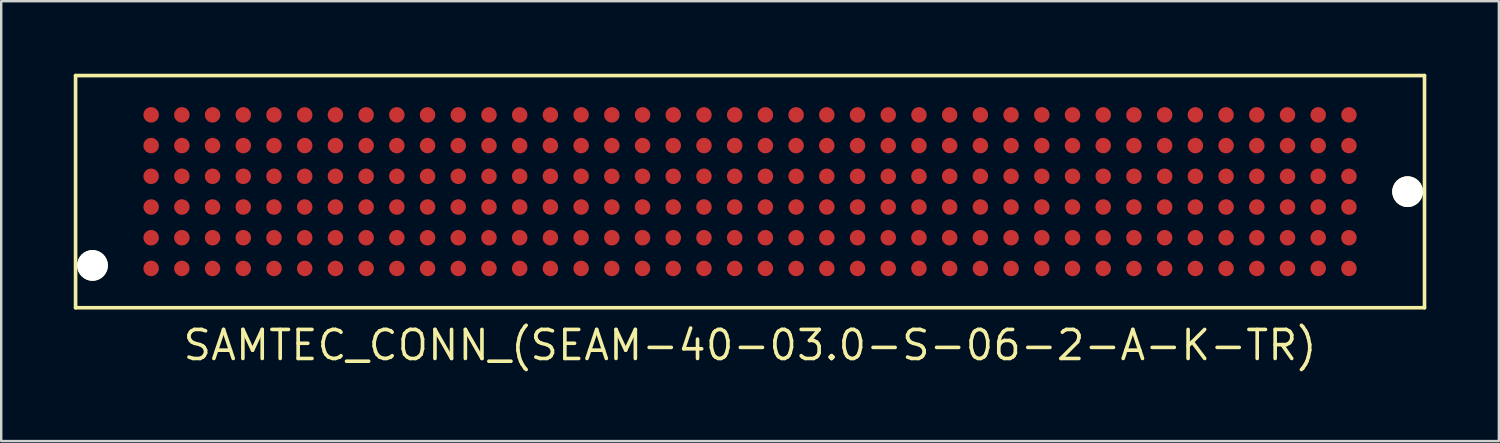
<source format=kicad_pcb>
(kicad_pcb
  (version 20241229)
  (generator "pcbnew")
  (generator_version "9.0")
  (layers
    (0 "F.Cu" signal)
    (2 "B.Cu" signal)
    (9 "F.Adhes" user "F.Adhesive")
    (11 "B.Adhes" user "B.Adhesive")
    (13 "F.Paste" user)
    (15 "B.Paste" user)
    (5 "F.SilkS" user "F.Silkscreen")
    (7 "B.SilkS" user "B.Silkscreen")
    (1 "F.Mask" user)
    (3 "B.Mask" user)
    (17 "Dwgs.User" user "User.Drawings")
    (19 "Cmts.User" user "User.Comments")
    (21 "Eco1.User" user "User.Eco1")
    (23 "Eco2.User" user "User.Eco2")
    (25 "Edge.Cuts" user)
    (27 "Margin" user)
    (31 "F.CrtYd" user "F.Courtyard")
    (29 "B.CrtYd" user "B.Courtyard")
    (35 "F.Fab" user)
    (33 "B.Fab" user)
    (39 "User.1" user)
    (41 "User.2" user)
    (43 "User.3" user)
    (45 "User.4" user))
  (footprint "SAMTEC_CONN_(SEAM-40-03.0-S-06-2-A-K-TR)"
    (layer "F.Cu")
    (at 27.965 4.875)
    (property "Reference" "SAMTEC_CONN_(SEAM-40-03.0-S-06-2-A-K-TR)" (at 0 6.35 0) (layer "F.SilkS") (effects (font (size 1.2 1.2) (thickness 0.15))))
    (attr through_hole)
    (fp_line (start -27.89 -4.8) (end -27.89 4.8) (stroke (width 0.15) (type solid)) (layer "F.SilkS"))
    (fp_line (start -27.89 4.8) (end 27.89 4.8) (stroke (width 0.15) (type solid)) (layer "F.SilkS"))
    (fp_line (start 27.89 -4.8) (end -27.89 -4.8) (stroke (width 0.15) (type solid)) (layer "F.SilkS"))
    (fp_line (start 27.89 4.8) (end 27.89 -4.8) (stroke (width 0.15) (type solid)) (layer "F.SilkS"))
    (pad "" np_thru_hole circle (at -27.19 3.05) (size 1.27 1.27) (drill 1.27) (layers "*.Cu" "*.Mask" "F.SilkS"))
    (pad "" np_thru_hole circle (at 27.19 0) (size 1.27 1.27) (drill 1.27) (layers "*.Cu" "*.Mask" "F.SilkS"))
    (pad "1" smd circle (at 24.765 -3.175) (size 0.64 0.64) (layers "F.Cu" "F.Mask" "F.Paste"))
    (pad "2" smd circle (at 24.765 -1.905) (size 0.64 0.64) (layers "F.Cu" "F.Mask" "F.Paste"))
    (pad "3" smd circle (at 24.765 -0.635) (size 0.64 0.64) (layers "F.Cu" "F.Mask" "F.Paste"))
    (pad "4" smd circle (at 24.765 0.635) (size 0.64 0.64) (layers "F.Cu" "F.Mask" "F.Paste"))
    (pad "5" smd circle (at 24.765 1.905) (size 0.64 0.64) (layers "F.Cu" "F.Mask" "F.Paste"))
    (pad "6" smd circle (at 24.765 3.175) (size 0.64 0.64) (layers "F.Cu" "F.Mask" "F.Paste"))
    (pad "7" smd circle (at 23.495 -3.175) (size 0.64 0.64) (layers "F.Cu" "F.Mask" "F.Paste"))
    (pad "8" smd circle (at 23.495 -1.905) (size 0.64 0.64) (layers "F.Cu" "F.Mask" "F.Paste"))
    (pad "9" smd circle (at 23.495 -0.635) (size 0.64 0.64) (layers "F.Cu" "F.Mask" "F.Paste"))
    (pad "10" smd circle (at 23.495 0.635) (size 0.64 0.64) (layers "F.Cu" "F.Mask" "F.Paste"))
    (pad "11" smd circle (at 23.495 1.905) (size 0.64 0.64) (layers "F.Cu" "F.Mask" "F.Paste"))
    (pad "12" smd circle (at 23.495 3.175) (size 0.64 0.64) (layers "F.Cu" "F.Mask" "F.Paste"))
    (pad "13" smd circle (at 22.225 -3.175) (size 0.64 0.64) (layers "F.Cu" "F.Mask" "F.Paste"))
    (pad "14" smd circle (at 22.225 -1.905) (size 0.64 0.64) (layers "F.Cu" "F.Mask" "F.Paste"))
    (pad "15" smd circle (at 22.225 -0.635) (size 0.64 0.64) (layers "F.Cu" "F.Mask" "F.Paste"))
    (pad "16" smd circle (at 22.225 0.635) (size 0.64 0.64) (layers "F.Cu" "F.Mask" "F.Paste"))
    (pad "17" smd circle (at 22.225 1.905) (size 0.64 0.64) (layers "F.Cu" "F.Mask" "F.Paste"))
    (pad "18" smd circle (at 22.225 3.175) (size 0.64 0.64) (layers "F.Cu" "F.Mask" "F.Paste"))
    (pad "19" smd circle (at 20.955 -3.175) (size 0.64 0.64) (layers "F.Cu" "F.Mask" "F.Paste"))
    (pad "20" smd circle (at 20.955 -1.905) (size 0.64 0.64) (layers "F.Cu" "F.Mask" "F.Paste"))
    (pad "21" smd circle (at 20.955 -0.635) (size 0.64 0.64) (layers "F.Cu" "F.Mask" "F.Paste"))
    (pad "22" smd circle (at 20.955 0.635) (size 0.64 0.64) (layers "F.Cu" "F.Mask" "F.Paste"))
    (pad "23" smd circle (at 20.955 1.905) (size 0.64 0.64) (layers "F.Cu" "F.Mask" "F.Paste"))
    (pad "24" smd circle (at 20.955 3.175) (size 0.64 0.64) (layers "F.Cu" "F.Mask" "F.Paste"))
    (pad "25" smd circle (at 19.685 -3.175) (size 0.64 0.64) (layers "F.Cu" "F.Mask" "F.Paste"))
    (pad "26" smd circle (at 19.685 -1.905) (size 0.64 0.64) (layers "F.Cu" "F.Mask" "F.Paste"))
    (pad "27" smd circle (at 19.685 -0.635) (size 0.64 0.64) (layers "F.Cu" "F.Mask" "F.Paste"))
    (pad "28" smd circle (at 19.685 0.635) (size 0.64 0.64) (layers "F.Cu" "F.Mask" "F.Paste"))
    (pad "29" smd circle (at 19.685 1.905) (size 0.64 0.64) (layers "F.Cu" "F.Mask" "F.Paste"))
    (pad "30" smd circle (at 19.685 3.175) (size 0.64 0.64) (layers "F.Cu" "F.Mask" "F.Paste"))
    (pad "31" smd circle (at 18.415 -3.175) (size 0.64 0.64) (layers "F.Cu" "F.Mask" "F.Paste"))
    (pad "32" smd circle (at 18.415 -1.905) (size 0.64 0.64) (layers "F.Cu" "F.Mask" "F.Paste"))
    (pad "33" smd circle (at 18.415 -0.635) (size 0.64 0.64) (layers "F.Cu" "F.Mask" "F.Paste"))
    (pad "34" smd circle (at 18.415 0.635) (size 0.64 0.64) (layers "F.Cu" "F.Mask" "F.Paste"))
    (pad "35" smd circle (at 18.415 1.905) (size 0.64 0.64) (layers "F.Cu" "F.Mask" "F.Paste"))
    (pad "36" smd circle (at 18.415 3.175) (size 0.64 0.64) (layers "F.Cu" "F.Mask" "F.Paste"))
    (pad "37" smd circle (at 17.145 -3.175) (size 0.64 0.64) (layers "F.Cu" "F.Mask" "F.Paste"))
    (pad "38" smd circle (at 17.145 -1.905) (size 0.64 0.64) (layers "F.Cu" "F.Mask" "F.Paste"))
    (pad "39" smd circle (at 17.145 -0.635) (size 0.64 0.64) (layers "F.Cu" "F.Mask" "F.Paste"))
    (pad "40" smd circle (at 17.145 0.635) (size 0.64 0.64) (layers "F.Cu" "F.Mask" "F.Paste"))
    (pad "41" smd circle (at 17.145 1.905) (size 0.64 0.64) (layers "F.Cu" "F.Mask" "F.Paste"))
    (pad "42" smd circle (at 17.145 3.175) (size 0.64 0.64) (layers "F.Cu" "F.Mask" "F.Paste"))
    (pad "43" smd circle (at 15.875 -3.175) (size 0.64 0.64) (layers "F.Cu" "F.Mask" "F.Paste"))
    (pad "44" smd circle (at 15.875 -1.905) (size 0.64 0.64) (layers "F.Cu" "F.Mask" "F.Paste"))
    (pad "45" smd circle (at 15.875 -0.635) (size 0.64 0.64) (layers "F.Cu" "F.Mask" "F.Paste"))
    (pad "46" smd circle (at 15.875 0.635) (size 0.64 0.64) (layers "F.Cu" "F.Mask" "F.Paste"))
    (pad "47" smd circle (at 15.875 1.905) (size 0.64 0.64) (layers "F.Cu" "F.Mask" "F.Paste"))
    (pad "48" smd circle (at 15.875 3.175) (size 0.64 0.64) (layers "F.Cu" "F.Mask" "F.Paste"))
    (pad "49" smd circle (at 14.605 -3.175) (size 0.64 0.64) (layers "F.Cu" "F.Mask" "F.Paste"))
    (pad "50" smd circle (at 14.605 -1.905) (size 0.64 0.64) (layers "F.Cu" "F.Mask" "F.Paste"))
    (pad "51" smd circle (at 14.605 -0.635) (size 0.64 0.64) (layers "F.Cu" "F.Mask" "F.Paste"))
    (pad "52" smd circle (at 14.605 0.635) (size 0.64 0.64) (layers "F.Cu" "F.Mask" "F.Paste"))
    (pad "53" smd circle (at 14.605 1.905) (size 0.64 0.64) (layers "F.Cu" "F.Mask" "F.Paste"))
    (pad "54" smd circle (at 14.605 3.175) (size 0.64 0.64) (layers "F.Cu" "F.Mask" "F.Paste"))
    (pad "55" smd circle (at 13.335 -3.175) (size 0.64 0.64) (layers "F.Cu" "F.Mask" "F.Paste"))
    (pad "56" smd circle (at 13.335 -1.905) (size 0.64 0.64) (layers "F.Cu" "F.Mask" "F.Paste"))
    (pad "57" smd circle (at 13.335 -0.635) (size 0.64 0.64) (layers "F.Cu" "F.Mask" "F.Paste"))
    (pad "58" smd circle (at 13.335 0.635) (size 0.64 0.64) (layers "F.Cu" "F.Mask" "F.Paste"))
    (pad "59" smd circle (at 13.335 1.905) (size 0.64 0.64) (layers "F.Cu" "F.Mask" "F.Paste"))
    (pad "60" smd circle (at 13.335 3.175) (size 0.64 0.64) (layers "F.Cu" "F.Mask" "F.Paste"))
    (pad "61" smd circle (at 12.065 -3.175) (size 0.64 0.64) (layers "F.Cu" "F.Mask" "F.Paste"))
    (pad "62" smd circle (at 12.065 -1.905) (size 0.64 0.64) (layers "F.Cu" "F.Mask" "F.Paste"))
    (pad "63" smd circle (at 12.065 -0.635) (size 0.64 0.64) (layers "F.Cu" "F.Mask" "F.Paste"))
    (pad "64" smd circle (at 12.065 0.635) (size 0.64 0.64) (layers "F.Cu" "F.Mask" "F.Paste"))
    (pad "65" smd circle (at 12.065 1.905) (size 0.64 0.64) (layers "F.Cu" "F.Mask" "F.Paste"))
    (pad "66" smd circle (at 12.065 3.175) (size 0.64 0.64) (layers "F.Cu" "F.Mask" "F.Paste"))
    (pad "67" smd circle (at 10.795 -3.175) (size 0.64 0.64) (layers "F.Cu" "F.Mask" "F.Paste"))
    (pad "68" smd circle (at 10.795 -1.905) (size 0.64 0.64) (layers "F.Cu" "F.Mask" "F.Paste"))
    (pad "69" smd circle (at 10.795 -0.635) (size 0.64 0.64) (layers "F.Cu" "F.Mask" "F.Paste"))
    (pad "70" smd circle (at 10.795 0.635) (size 0.64 0.64) (layers "F.Cu" "F.Mask" "F.Paste"))
    (pad "71" smd circle (at 10.795 1.905) (size 0.64 0.64) (layers "F.Cu" "F.Mask" "F.Paste"))
    (pad "72" smd circle (at 10.795 3.175) (size 0.64 0.64) (layers "F.Cu" "F.Mask" "F.Paste"))
    (pad "73" smd circle (at 9.525 -3.175) (size 0.64 0.64) (layers "F.Cu" "F.Mask" "F.Paste"))
    (pad "74" smd circle (at 9.525 -1.905) (size 0.64 0.64) (layers "F.Cu" "F.Mask" "F.Paste"))
    (pad "75" smd circle (at 9.525 -0.635) (size 0.64 0.64) (layers "F.Cu" "F.Mask" "F.Paste"))
    (pad "76" smd circle (at 9.525 0.635) (size 0.64 0.64) (layers "F.Cu" "F.Mask" "F.Paste"))
    (pad "77" smd circle (at 9.525 1.905) (size 0.64 0.64) (layers "F.Cu" "F.Mask" "F.Paste"))
    (pad "78" smd circle (at 9.525 3.175) (size 0.64 0.64) (layers "F.Cu" "F.Mask" "F.Paste"))
    (pad "79" smd circle (at 8.255 -3.175) (size 0.64 0.64) (layers "F.Cu" "F.Mask" "F.Paste"))
    (pad "80" smd circle (at 8.255 -1.905) (size 0.64 0.64) (layers "F.Cu" "F.Mask" "F.Paste"))
    (pad "81" smd circle (at 8.255 -0.635) (size 0.64 0.64) (layers "F.Cu" "F.Mask" "F.Paste"))
    (pad "82" smd circle (at 8.255 0.635) (size 0.64 0.64) (layers "F.Cu" "F.Mask" "F.Paste"))
    (pad "83" smd circle (at 8.255 1.905) (size 0.64 0.64) (layers "F.Cu" "F.Mask" "F.Paste"))
    (pad "84" smd circle (at 8.255 3.175) (size 0.64 0.64) (layers "F.Cu" "F.Mask" "F.Paste"))
    (pad "85" smd circle (at 6.985 -3.175) (size 0.64 0.64) (layers "F.Cu" "F.Mask" "F.Paste"))
    (pad "86" smd circle (at 6.985 -1.905) (size 0.64 0.64) (layers "F.Cu" "F.Mask" "F.Paste"))
    (pad "87" smd circle (at 6.985 -0.635) (size 0.64 0.64) (layers "F.Cu" "F.Mask" "F.Paste"))
    (pad "88" smd circle (at 6.985 0.635) (size 0.64 0.64) (layers "F.Cu" "F.Mask" "F.Paste"))
    (pad "89" smd circle (at 6.985 1.905) (size 0.64 0.64) (layers "F.Cu" "F.Mask" "F.Paste"))
    (pad "90" smd circle (at 6.985 3.175) (size 0.64 0.64) (layers "F.Cu" "F.Mask" "F.Paste"))
    (pad "91" smd circle (at 5.715 -3.175) (size 0.64 0.64) (layers "F.Cu" "F.Mask" "F.Paste"))
    (pad "92" smd circle (at 5.715 -1.905) (size 0.64 0.64) (layers "F.Cu" "F.Mask" "F.Paste"))
    (pad "93" smd circle (at 5.715 -0.635) (size 0.64 0.64) (layers "F.Cu" "F.Mask" "F.Paste"))
    (pad "94" smd circle (at 5.715 0.635) (size 0.64 0.64) (layers "F.Cu" "F.Mask" "F.Paste"))
    (pad "95" smd circle (at 5.715 1.905) (size 0.64 0.64) (layers "F.Cu" "F.Mask" "F.Paste"))
    (pad "96" smd circle (at 5.715 3.175) (size 0.64 0.64) (layers "F.Cu" "F.Mask" "F.Paste"))
    (pad "97" smd circle (at 4.445 -3.175) (size 0.64 0.64) (layers "F.Cu" "F.Mask" "F.Paste"))
    (pad "98" smd circle (at 4.445 -1.905) (size 0.64 0.64) (layers "F.Cu" "F.Mask" "F.Paste"))
    (pad "99" smd circle (at 4.445 -0.635) (size 0.64 0.64) (layers "F.Cu" "F.Mask" "F.Paste"))
    (pad "100" smd circle (at 4.445 0.635) (size 0.64 0.64) (layers "F.Cu" "F.Mask" "F.Paste"))
    (pad "101" smd circle (at 4.445 1.905) (size 0.64 0.64) (layers "F.Cu" "F.Mask" "F.Paste"))
    (pad "102" smd circle (at 4.445 3.175) (size 0.64 0.64) (layers "F.Cu" "F.Mask" "F.Paste"))
    (pad "103" smd circle (at 3.175 -3.175) (size 0.64 0.64) (layers "F.Cu" "F.Mask" "F.Paste"))
    (pad "104" smd circle (at 3.175 -1.905) (size 0.64 0.64) (layers "F.Cu" "F.Mask" "F.Paste"))
    (pad "105" smd circle (at 3.175 -0.635) (size 0.64 0.64) (layers "F.Cu" "F.Mask" "F.Paste"))
    (pad "106" smd circle (at 3.175 0.635) (size 0.64 0.64) (layers "F.Cu" "F.Mask" "F.Paste"))
    (pad "107" smd circle (at 3.175 1.905) (size 0.64 0.64) (layers "F.Cu" "F.Mask" "F.Paste"))
    (pad "108" smd circle (at 3.175 3.175) (size 0.64 0.64) (layers "F.Cu" "F.Mask" "F.Paste"))
    (pad "109" smd circle (at 1.905 -3.175) (size 0.64 0.64) (layers "F.Cu" "F.Mask" "F.Paste"))
    (pad "110" smd circle (at 1.905 -1.905) (size 0.64 0.64) (layers "F.Cu" "F.Mask" "F.Paste"))
    (pad "111" smd circle (at 1.905 -0.635) (size 0.64 0.64) (layers "F.Cu" "F.Mask" "F.Paste"))
    (pad "112" smd circle (at 1.905 0.635) (size 0.64 0.64) (layers "F.Cu" "F.Mask" "F.Paste"))
    (pad "113" smd circle (at 1.905 1.905) (size 0.64 0.64) (layers "F.Cu" "F.Mask" "F.Paste"))
    (pad "114" smd circle (at 1.905 3.175) (size 0.64 0.64) (layers "F.Cu" "F.Mask" "F.Paste"))
    (pad "115" smd circle (at 0.635 -3.175) (size 0.64 0.64) (layers "F.Cu" "F.Mask" "F.Paste"))
    (pad "116" smd circle (at 0.635 -1.905) (size 0.64 0.64) (layers "F.Cu" "F.Mask" "F.Paste"))
    (pad "117" smd circle (at 0.635 -0.635) (size 0.64 0.64) (layers "F.Cu" "F.Mask" "F.Paste"))
    (pad "118" smd circle (at 0.635 0.635) (size 0.64 0.64) (layers "F.Cu" "F.Mask" "F.Paste"))
    (pad "119" smd circle (at 0.635 1.905) (size 0.64 0.64) (layers "F.Cu" "F.Mask" "F.Paste"))
    (pad "120" smd circle (at 0.635 3.175) (size 0.64 0.64) (layers "F.Cu" "F.Mask" "F.Paste"))
    (pad "121" smd circle (at -0.635 -3.175) (size 0.64 0.64) (layers "F.Cu" "F.Mask" "F.Paste"))
    (pad "122" smd circle (at -0.635 -1.905) (size 0.64 0.64) (layers "F.Cu" "F.Mask" "F.Paste"))
    (pad "123" smd circle (at -0.635 -0.635) (size 0.64 0.64) (layers "F.Cu" "F.Mask" "F.Paste"))
    (pad "124" smd circle (at -0.635 0.635) (size 0.64 0.64) (layers "F.Cu" "F.Mask" "F.Paste"))
    (pad "125" smd circle (at -0.635 1.905) (size 0.64 0.64) (layers "F.Cu" "F.Mask" "F.Paste"))
    (pad "126" smd circle (at -0.635 3.175) (size 0.64 0.64) (layers "F.Cu" "F.Mask" "F.Paste"))
    (pad "127" smd circle (at -1.905 -3.175) (size 0.64 0.64) (layers "F.Cu" "F.Mask" "F.Paste"))
    (pad "128" smd circle (at -1.905 -1.905) (size 0.64 0.64) (layers "F.Cu" "F.Mask" "F.Paste"))
    (pad "129" smd circle (at -1.905 -0.635) (size 0.64 0.64) (layers "F.Cu" "F.Mask" "F.Paste"))
    (pad "130" smd circle (at -1.905 0.635) (size 0.64 0.64) (layers "F.Cu" "F.Mask" "F.Paste"))
    (pad "131" smd circle (at -1.905 1.905) (size 0.64 0.64) (layers "F.Cu" "F.Mask" "F.Paste"))
    (pad "132" smd circle (at -1.905 3.175) (size 0.64 0.64) (layers "F.Cu" "F.Mask" "F.Paste"))
    (pad "133" smd circle (at -3.175 -3.175) (size 0.64 0.64) (layers "F.Cu" "F.Mask" "F.Paste"))
    (pad "134" smd circle (at -3.175 -1.905) (size 0.64 0.64) (layers "F.Cu" "F.Mask" "F.Paste"))
    (pad "135" smd circle (at -3.175 -0.635) (size 0.64 0.64) (layers "F.Cu" "F.Mask" "F.Paste"))
    (pad "136" smd circle (at -3.175 0.635) (size 0.64 0.64) (layers "F.Cu" "F.Mask" "F.Paste"))
    (pad "137" smd circle (at -3.175 1.905) (size 0.64 0.64) (layers "F.Cu" "F.Mask" "F.Paste"))
    (pad "138" smd circle (at -3.175 3.175) (size 0.64 0.64) (layers "F.Cu" "F.Mask" "F.Paste"))
    (pad "139" smd circle (at -4.445 -3.175) (size 0.64 0.64) (layers "F.Cu" "F.Mask" "F.Paste"))
    (pad "140" smd circle (at -4.445 -1.905) (size 0.64 0.64) (layers "F.Cu" "F.Mask" "F.Paste"))
    (pad "141" smd circle (at -4.445 -0.635) (size 0.64 0.64) (layers "F.Cu" "F.Mask" "F.Paste"))
    (pad "142" smd circle (at -4.445 0.635) (size 0.64 0.64) (layers "F.Cu" "F.Mask" "F.Paste"))
    (pad "143" smd circle (at -4.445 1.905) (size 0.64 0.64) (layers "F.Cu" "F.Mask" "F.Paste"))
    (pad "144" smd circle (at -4.445 3.175) (size 0.64 0.64) (layers "F.Cu" "F.Mask" "F.Paste"))
    (pad "145" smd circle (at -5.715 -3.175) (size 0.64 0.64) (layers "F.Cu" "F.Mask" "F.Paste"))
    (pad "146" smd circle (at -5.715 -1.905) (size 0.64 0.64) (layers "F.Cu" "F.Mask" "F.Paste"))
    (pad "147" smd circle (at -5.715 -0.635) (size 0.64 0.64) (layers "F.Cu" "F.Mask" "F.Paste"))
    (pad "148" smd circle (at -5.715 0.635) (size 0.64 0.64) (layers "F.Cu" "F.Mask" "F.Paste"))
    (pad "149" smd circle (at -5.715 1.905) (size 0.64 0.64) (layers "F.Cu" "F.Mask" "F.Paste"))
    (pad "150" smd circle (at -5.715 3.175) (size 0.64 0.64) (layers "F.Cu" "F.Mask" "F.Paste"))
    (pad "151" smd circle (at -6.985 -3.175) (size 0.64 0.64) (layers "F.Cu" "F.Mask" "F.Paste"))
    (pad "152" smd circle (at -6.985 -1.905) (size 0.64 0.64) (layers "F.Cu" "F.Mask" "F.Paste"))
    (pad "153" smd circle (at -6.985 -0.635) (size 0.64 0.64) (layers "F.Cu" "F.Mask" "F.Paste"))
    (pad "154" smd circle (at -6.985 0.635) (size 0.64 0.64) (layers "F.Cu" "F.Mask" "F.Paste"))
    (pad "155" smd circle (at -6.985 1.905) (size 0.64 0.64) (layers "F.Cu" "F.Mask" "F.Paste"))
    (pad "156" smd circle (at -6.985 3.175) (size 0.64 0.64) (layers "F.Cu" "F.Mask" "F.Paste"))
    (pad "157" smd circle (at -8.255 -3.175) (size 0.64 0.64) (layers "F.Cu" "F.Mask" "F.Paste"))
    (pad "158" smd circle (at -8.255 -1.905) (size 0.64 0.64) (layers "F.Cu" "F.Mask" "F.Paste"))
    (pad "159" smd circle (at -8.255 -0.635) (size 0.64 0.64) (layers "F.Cu" "F.Mask" "F.Paste"))
    (pad "160" smd circle (at -8.255 0.635) (size 0.64 0.64) (layers "F.Cu" "F.Mask" "F.Paste"))
    (pad "161" smd circle (at -8.255 1.905) (size 0.64 0.64) (layers "F.Cu" "F.Mask" "F.Paste"))
    (pad "162" smd circle (at -8.255 3.175) (size 0.64 0.64) (layers "F.Cu" "F.Mask" "F.Paste"))
    (pad "163" smd circle (at -9.525 -3.175) (size 0.64 0.64) (layers "F.Cu" "F.Mask" "F.Paste"))
    (pad "164" smd circle (at -9.525 -1.905) (size 0.64 0.64) (layers "F.Cu" "F.Mask" "F.Paste"))
    (pad "165" smd circle (at -9.525 -0.635) (size 0.64 0.64) (layers "F.Cu" "F.Mask" "F.Paste"))
    (pad "166" smd circle (at -9.525 0.635) (size 0.64 0.64) (layers "F.Cu" "F.Mask" "F.Paste"))
    (pad "167" smd circle (at -9.525 1.905) (size 0.64 0.64) (layers "F.Cu" "F.Mask" "F.Paste"))
    (pad "168" smd circle (at -9.525 3.175) (size 0.64 0.64) (layers "F.Cu" "F.Mask" "F.Paste"))
    (pad "169" smd circle (at -10.795 -3.175) (size 0.64 0.64) (layers "F.Cu" "F.Mask" "F.Paste"))
    (pad "170" smd circle (at -10.795 -1.905) (size 0.64 0.64) (layers "F.Cu" "F.Mask" "F.Paste"))
    (pad "171" smd circle (at -10.795 -0.635) (size 0.64 0.64) (layers "F.Cu" "F.Mask" "F.Paste"))
    (pad "172" smd circle (at -10.795 0.635) (size 0.64 0.64) (layers "F.Cu" "F.Mask" "F.Paste"))
    (pad "173" smd circle (at -10.795 1.905) (size 0.64 0.64) (layers "F.Cu" "F.Mask" "F.Paste"))
    (pad "174" smd circle (at -10.795 3.175) (size 0.64 0.64) (layers "F.Cu" "F.Mask" "F.Paste"))
    (pad "175" smd circle (at -12.065 -3.175) (size 0.64 0.64) (layers "F.Cu" "F.Mask" "F.Paste"))
    (pad "176" smd circle (at -12.065 -1.905) (size 0.64 0.64) (layers "F.Cu" "F.Mask" "F.Paste"))
    (pad "177" smd circle (at -12.065 -0.635) (size 0.64 0.64) (layers "F.Cu" "F.Mask" "F.Paste"))
    (pad "178" smd circle (at -12.065 0.635) (size 0.64 0.64) (layers "F.Cu" "F.Mask" "F.Paste"))
    (pad "179" smd circle (at -12.065 1.905) (size 0.64 0.64) (layers "F.Cu" "F.Mask" "F.Paste"))
    (pad "180" smd circle (at -12.065 3.175) (size 0.64 0.64) (layers "F.Cu" "F.Mask" "F.Paste"))
    (pad "181" smd circle (at -13.335 -3.175) (size 0.64 0.64) (layers "F.Cu" "F.Mask" "F.Paste"))
    (pad "182" smd circle (at -13.335 -1.905) (size 0.64 0.64) (layers "F.Cu" "F.Mask" "F.Paste"))
    (pad "183" smd circle (at -13.335 -0.635) (size 0.64 0.64) (layers "F.Cu" "F.Mask" "F.Paste"))
    (pad "184" smd circle (at -13.335 0.635) (size 0.64 0.64) (layers "F.Cu" "F.Mask" "F.Paste"))
    (pad "185" smd circle (at -13.335 1.905) (size 0.64 0.64) (layers "F.Cu" "F.Mask" "F.Paste"))
    (pad "186" smd circle (at -13.335 3.175) (size 0.64 0.64) (layers "F.Cu" "F.Mask" "F.Paste"))
    (pad "187" smd circle (at -14.605 -3.175) (size 0.64 0.64) (layers "F.Cu" "F.Mask" "F.Paste"))
    (pad "188" smd circle (at -14.605 -1.905) (size 0.64 0.64) (layers "F.Cu" "F.Mask" "F.Paste"))
    (pad "189" smd circle (at -14.605 -0.635) (size 0.64 0.64) (layers "F.Cu" "F.Mask" "F.Paste"))
    (pad "190" smd circle (at -14.605 0.635) (size 0.64 0.64) (layers "F.Cu" "F.Mask" "F.Paste"))
    (pad "191" smd circle (at -14.605 1.905) (size 0.64 0.64) (layers "F.Cu" "F.Mask" "F.Paste"))
    (pad "192" smd circle (at -14.605 3.175) (size 0.64 0.64) (layers "F.Cu" "F.Mask" "F.Paste"))
    (pad "193" smd circle (at -15.875 -3.175) (size 0.64 0.64) (layers "F.Cu" "F.Mask" "F.Paste"))
    (pad "194" smd circle (at -15.875 -1.905) (size 0.64 0.64) (layers "F.Cu" "F.Mask" "F.Paste"))
    (pad "195" smd circle (at -15.875 -0.635) (size 0.64 0.64) (layers "F.Cu" "F.Mask" "F.Paste"))
    (pad "196" smd circle (at -15.875 0.635) (size 0.64 0.64) (layers "F.Cu" "F.Mask" "F.Paste"))
    (pad "197" smd circle (at -15.875 1.905) (size 0.64 0.64) (layers "F.Cu" "F.Mask" "F.Paste"))
    (pad "198" smd circle (at -15.875 3.175) (size 0.64 0.64) (layers "F.Cu" "F.Mask" "F.Paste"))
    (pad "199" smd circle (at -17.145 -3.175) (size 0.64 0.64) (layers "F.Cu" "F.Mask" "F.Paste"))
    (pad "200" smd circle (at -17.145 -1.905) (size 0.64 0.64) (layers "F.Cu" "F.Mask" "F.Paste"))
    (pad "201" smd circle (at -17.145 -0.635) (size 0.64 0.64) (layers "F.Cu" "F.Mask" "F.Paste"))
    (pad "202" smd circle (at -17.145 0.635) (size 0.64 0.64) (layers "F.Cu" "F.Mask" "F.Paste"))
    (pad "203" smd circle (at -17.145 1.905) (size 0.64 0.64) (layers "F.Cu" "F.Mask" "F.Paste"))
    (pad "204" smd circle (at -17.145 3.175) (size 0.64 0.64) (layers "F.Cu" "F.Mask" "F.Paste"))
    (pad "205" smd circle (at -18.415 -3.175) (size 0.64 0.64) (layers "F.Cu" "F.Mask" "F.Paste"))
    (pad "206" smd circle (at -18.415 -1.905) (size 0.64 0.64) (layers "F.Cu" "F.Mask" "F.Paste"))
    (pad "207" smd circle (at -18.415 -0.635) (size 0.64 0.64) (layers "F.Cu" "F.Mask" "F.Paste"))
    (pad "208" smd circle (at -18.415 0.635) (size 0.64 0.64) (layers "F.Cu" "F.Mask" "F.Paste"))
    (pad "209" smd circle (at -18.415 1.905) (size 0.64 0.64) (layers "F.Cu" "F.Mask" "F.Paste"))
    (pad "210" smd circle (at -18.415 3.175) (size 0.64 0.64) (layers "F.Cu" "F.Mask" "F.Paste"))
    (pad "211" smd circle (at -19.685 -3.175) (size 0.64 0.64) (layers "F.Cu" "F.Mask" "F.Paste"))
    (pad "212" smd circle (at -19.685 -1.905) (size 0.64 0.64) (layers "F.Cu" "F.Mask" "F.Paste"))
    (pad "213" smd circle (at -19.685 -0.635) (size 0.64 0.64) (layers "F.Cu" "F.Mask" "F.Paste"))
    (pad "214" smd circle (at -19.685 0.635) (size 0.64 0.64) (layers "F.Cu" "F.Mask" "F.Paste"))
    (pad "215" smd circle (at -19.685 1.905) (size 0.64 0.64) (layers "F.Cu" "F.Mask" "F.Paste"))
    (pad "216" smd circle (at -19.685 3.175) (size 0.64 0.64) (layers "F.Cu" "F.Mask" "F.Paste"))
    (pad "217" smd circle (at -20.955 -3.175) (size 0.64 0.64) (layers "F.Cu" "F.Mask" "F.Paste"))
    (pad "218" smd circle (at -20.955 -1.905) (size 0.64 0.64) (layers "F.Cu" "F.Mask" "F.Paste"))
    (pad "219" smd circle (at -20.955 -0.635) (size 0.64 0.64) (layers "F.Cu" "F.Mask" "F.Paste"))
    (pad "220" smd circle (at -20.955 0.635) (size 0.64 0.64) (layers "F.Cu" "F.Mask" "F.Paste"))
    (pad "221" smd circle (at -20.955 1.905) (size 0.64 0.64) (layers "F.Cu" "F.Mask" "F.Paste"))
    (pad "222" smd circle (at -20.955 3.175) (size 0.64 0.64) (layers "F.Cu" "F.Mask" "F.Paste"))
    (pad "223" smd circle (at -22.225 -3.175) (size 0.64 0.64) (layers "F.Cu" "F.Mask" "F.Paste"))
    (pad "224" smd circle (at -22.225 -1.905) (size 0.64 0.64) (layers "F.Cu" "F.Mask" "F.Paste"))
    (pad "225" smd circle (at -22.225 -0.635) (size 0.64 0.64) (layers "F.Cu" "F.Mask" "F.Paste"))
    (pad "226" smd circle (at -22.225 0.635) (size 0.64 0.64) (layers "F.Cu" "F.Mask" "F.Paste"))
    (pad "227" smd circle (at -22.225 1.905) (size 0.64 0.64) (layers "F.Cu" "F.Mask" "F.Paste"))
    (pad "228" smd circle (at -22.225 3.175) (size 0.64 0.64) (layers "F.Cu" "F.Mask" "F.Paste"))
    (pad "229" smd circle (at -23.495 -3.175) (size 0.64 0.64) (layers "F.Cu" "F.Mask" "F.Paste"))
    (pad "230" smd circle (at -23.495 -1.905) (size 0.64 0.64) (layers "F.Cu" "F.Mask" "F.Paste"))
    (pad "231" smd circle (at -23.495 -0.635) (size 0.64 0.64) (layers "F.Cu" "F.Mask" "F.Paste"))
    (pad "232" smd circle (at -23.495 0.635) (size 0.64 0.64) (layers "F.Cu" "F.Mask" "F.Paste"))
    (pad "233" smd circle (at -23.495 1.905) (size 0.64 0.64) (layers "F.Cu" "F.Mask" "F.Paste"))
    (pad "234" smd circle (at -23.495 3.175) (size 0.64 0.64) (layers "F.Cu" "F.Mask" "F.Paste"))
    (pad "235" smd circle (at -24.765 -3.175) (size 0.64 0.64) (layers "F.Cu" "F.Mask" "F.Paste"))
    (pad "236" smd circle (at -24.765 -1.905) (size 0.64 0.64) (layers "F.Cu" "F.Mask" "F.Paste"))
    (pad "237" smd circle (at -24.765 -0.635) (size 0.64 0.64) (layers "F.Cu" "F.Mask" "F.Paste"))
    (pad "238" smd circle (at -24.765 0.635) (size 0.64 0.64) (layers "F.Cu" "F.Mask" "F.Paste"))
    (pad "239" smd circle (at -24.765 1.905) (size 0.64 0.64) (layers "F.Cu" "F.Mask" "F.Paste"))
    (pad "240" smd circle (at -24.765 3.175) (size 0.64 0.64) (layers "F.Cu" "F.Mask" "F.Paste")))
  (gr_rect
    (start -3 -3)
    (end 58.93 15.19)
    (stroke (width 0.1) (type default))
    (fill no)
    (layer "Edge.Cuts")))
</source>
